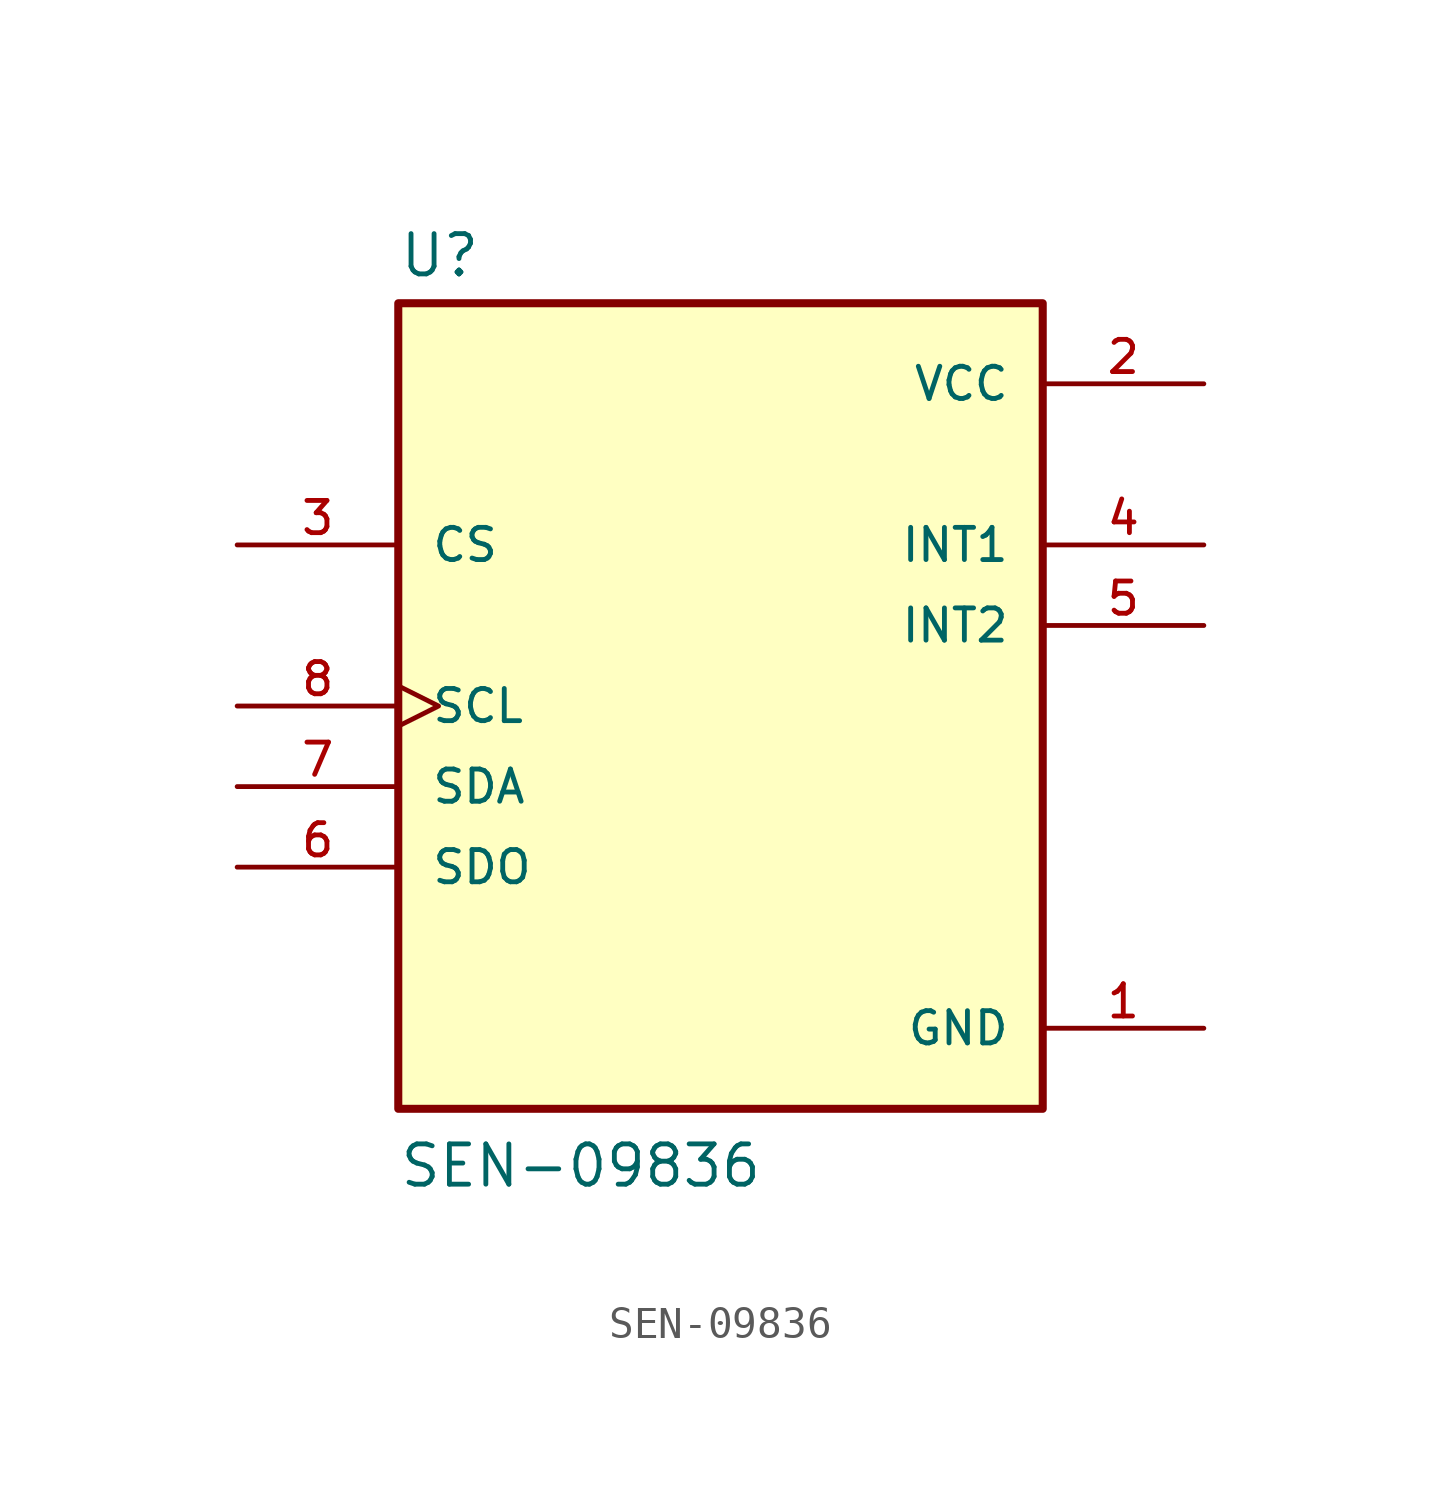
<source format=kicad_sym>
(kicad_symbol_lib
  (version 20211014)
  (generator kicad_symbol_editor)
  (symbol "SEN-09836"
    (pin_names
      (offset 1.016))
    (property "Reference" "U"
      (at -10.16 13.462 0)
      (effects (font (size 1.27 1.27)) (justify bottom left)))
    (property "Value" "SEN-09836"
      (at -10.16 -15.24 0)
      (effects (font (size 1.27 1.27)) (justify bottom left)))
    (symbol "SEN-09836_0_0"
      (rectangle (start -10.16 -12.7) (end 10.16 12.7) (stroke (width 0.254)) (fill (type background)))
      (pin power_in line (at 15.24 -10.16 180.0) (length 5.08) (name "GND" (effects (font (size 1.016 1.016)))) (number "1" (effects (font (size 1.016 1.016)))))
      (pin power_in line (at 15.24 10.16 180.0) (length 5.08) (name "VCC" (effects (font (size 1.016 1.016)))) (number "2" (effects (font (size 1.016 1.016)))))
      (pin input line (at -15.24 5.08 0) (length 5.08) (name "CS" (effects (font (size 1.016 1.016)))) (number "3" (effects (font (size 1.016 1.016)))))
      (pin output line (at 15.24 5.08 180.0) (length 5.08) (name "INT1" (effects (font (size 1.016 1.016)))) (number "4" (effects (font (size 1.016 1.016)))))
      (pin output line (at -15.24 -5.08 0) (length 5.08) (name "SDO" (effects (font (size 1.016 1.016)))) (number "6" (effects (font (size 1.016 1.016)))))
      (pin bidirectional line (at -15.24 -2.54 0) (length 5.08) (name "SDA" (effects (font (size 1.016 1.016)))) (number "7" (effects (font (size 1.016 1.016)))))
      (pin input clock (at -15.24 0.0 0) (length 5.08) (name "SCL" (effects (font (size 1.016 1.016)))) (number "8" (effects (font (size 1.016 1.016)))))
      (pin output line (at 15.24 2.54 180.0) (length 5.08) (name "INT2" (effects (font (size 1.016 1.016)))) (number "5" (effects (font (size 1.016 1.016))))))))
</source>
